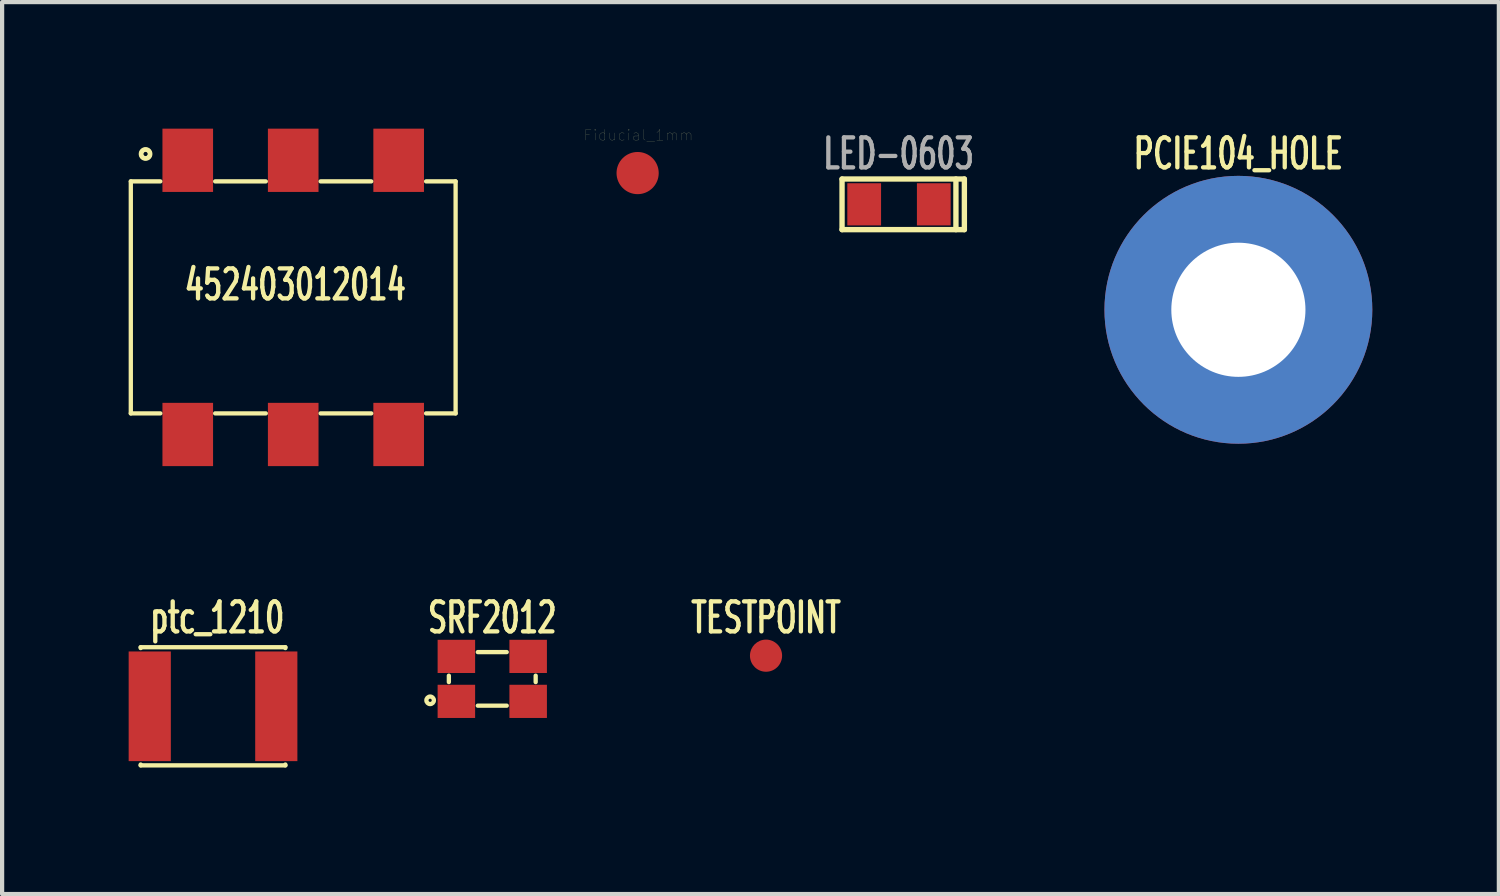
<source format=kicad_pcb>
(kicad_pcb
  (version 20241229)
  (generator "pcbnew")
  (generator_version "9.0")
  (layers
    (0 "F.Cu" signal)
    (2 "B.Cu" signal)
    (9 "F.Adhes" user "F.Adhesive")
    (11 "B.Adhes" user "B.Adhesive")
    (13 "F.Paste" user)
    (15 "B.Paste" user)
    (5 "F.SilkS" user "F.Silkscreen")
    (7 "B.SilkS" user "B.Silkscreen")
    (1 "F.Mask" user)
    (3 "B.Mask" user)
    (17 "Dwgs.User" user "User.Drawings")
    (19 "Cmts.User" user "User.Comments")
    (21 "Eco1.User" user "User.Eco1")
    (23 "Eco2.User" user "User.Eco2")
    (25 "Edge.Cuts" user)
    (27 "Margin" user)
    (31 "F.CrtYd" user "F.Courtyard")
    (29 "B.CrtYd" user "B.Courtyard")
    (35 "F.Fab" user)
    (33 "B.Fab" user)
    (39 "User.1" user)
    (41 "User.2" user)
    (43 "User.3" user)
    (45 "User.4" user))
  (footprint "Fiducial_1mm"
    (layer "F.Cu")
    (at 12.066 1.053)
    (property "Reference" "Fiducial_1mm" (at 0.02 -0.9 0) (layer "F.SilkS") (effects (font (size 0.254 0.254) (thickness 0.003))))
    (attr through_hole)
    (pad "1" smd circle (at 0 0) (size 1 1) (layers "F.Cu" "F.Mask")))
  (footprint "TESTPOINT"
    (layer "F.Cu")
    (at 15.11 12.494)
    (property "Reference" "TESTPOINT" (at 0 -0.9 0) (layer "F.SilkS") (effects (font (size 0.711 0.457) (thickness 0.102))))
    (attr through_hole)
    (pad "1" smd circle (at 0 0) (size 0.762 0.762) (layers "F.Cu" "F.Mask" "F.Paste")))
  (footprint "ptc_1210"
    (layer "F.Cu")
    (at 2 13.694)
    (property "Reference" "ptc_1210" (at 0.1 -2.1 0) (layer "F.SilkS") (effects (font (size 0.711 0.457) (thickness 0.102))))
    (attr through_hole)
    (fp_line (start -1.715 -1.38) (end -1.715 -1.4) (stroke (width 0.102) (type solid)) (layer "F.SilkS"))
    (fp_line (start -1.715 1.4) (end -1.715 1.38) (stroke (width 0.102) (type solid)) (layer "F.SilkS"))
    (fp_line (start -1.715 1.4) (end 1.715 1.4) (stroke (width 0.102) (type solid)) (layer "F.SilkS"))
    (fp_line (start 1.715 -1.4) (end -1.715 -1.4) (stroke (width 0.102) (type solid)) (layer "F.SilkS"))
    (fp_line (start 1.715 -1.38) (end 1.715 -1.4) (stroke (width 0.102) (type solid)) (layer "F.SilkS"))
    (fp_line (start 1.715 1.4) (end 1.715 1.38) (stroke (width 0.102) (type solid)) (layer "F.SilkS"))
    (pad "1" smd rect (at 1.5 0) (size 1 2.6) (layers "F.Cu" "F.Mask" "F.Paste"))
    (pad "2" smd rect (at -1.5 0) (size 1 2.6) (layers "F.Cu" "F.Mask" "F.Paste")))
  (footprint "LED-0603"
    (layer "F.Cu")
    (at 18.262 1.794)
    (property "Reference" "LED-0603" (at -0.01 -1.2 0) (layer "F.Fab") (effects (font (size 0.711 0.457) (thickness 0.102))))
    (attr smd)
    (fp_line (start -1.35 -0.6) (end 1.55 -0.6) (stroke (width 0.127) (type solid)) (layer "F.SilkS"))
    (fp_line (start -1.35 0.6) (end -1.35 -0.6) (stroke (width 0.127) (type solid)) (layer "F.SilkS"))
    (fp_line (start -1.35 0.6) (end 1.55 0.6) (stroke (width 0.127) (type solid)) (layer "F.SilkS"))
    (fp_line (start 1.35 -0.6) (end 1.35 0.6) (stroke (width 0.127) (type solid)) (layer "F.SilkS"))
    (fp_line (start 1.55 -0.6) (end 1.55 0.6) (stroke (width 0.127) (type solid)) (layer "F.SilkS"))
    (pad "1" smd rect (at -0.825 0) (size 0.8 1) (layers "F.Cu" "F.Mask" "F.Paste"))
    (pad "2" smd rect (at 0.825 0) (size 0.8 1) (layers "F.Cu" "F.Mask" "F.Paste")))
  (footprint "452403012014"
    (layer "F.Cu")
    (at 3.901 4)
    (property "Reference" "452403012014" (at 0.05 -0.3 0) (layer "F.SilkS") (effects (font (size 0.711 0.457) (thickness 0.102))))
    (attr through_hole)
    (fp_line (start -3.85 -2.75) (end -3.15 -2.75) (stroke (width 0.102) (type solid)) (layer "F.SilkS"))
    (fp_line (start -3.85 2.75) (end -3.85 -2.75) (stroke (width 0.102) (type solid)) (layer "F.SilkS"))
    (fp_line (start -3.15 2.75) (end -3.85 2.75) (stroke (width 0.102) (type solid)) (layer "F.SilkS"))
    (fp_line (start -1.85 -2.75) (end -0.65 -2.75) (stroke (width 0.102) (type solid)) (layer "F.SilkS"))
    (fp_line (start -0.65 2.75) (end -1.85 2.75) (stroke (width 0.102) (type solid)) (layer "F.SilkS"))
    (fp_line (start 0.65 -2.75) (end 1.85 -2.75) (stroke (width 0.102) (type solid)) (layer "F.SilkS"))
    (fp_line (start 1.85 2.75) (end 0.65 2.75) (stroke (width 0.102) (type solid)) (layer "F.SilkS"))
    (fp_line (start 3.15 -2.75) (end 3.85 -2.75) (stroke (width 0.102) (type solid)) (layer "F.SilkS"))
    (fp_line (start 3.85 -2.75) (end 3.85 2.75) (stroke (width 0.102) (type solid)) (layer "F.SilkS"))
    (fp_line (start 3.85 2.75) (end 3.15 2.75) (stroke (width 0.102) (type solid)) (layer "F.SilkS"))
    (fp_circle (center -3.5 -3.4) (end -3.45 -3.4) (stroke (width 0.102) (type solid)) (fill no) (layer "F.SilkS"))
    (fp_circle (center -3.5 -3.4) (end -3.4 -3.45) (stroke (width 0.102) (type solid)) (fill no) (layer "F.SilkS"))
    (pad "1" smd rect (at -2.5 -3.25) (size 1.2 1.5) (layers "F.Cu" "F.Mask" "F.Paste"))
    (pad "2" smd rect (at 0 -3.25) (size 1.2 1.5) (layers "F.Cu" "F.Mask" "F.Paste"))
    (pad "3" smd rect (at 2.5 -3.25) (size 1.2 1.5) (layers "F.Cu" "F.Mask" "F.Paste"))
    (pad "4" smd rect (at -2.5 3.25) (size 1.2 1.5) (layers "F.Cu" "F.Mask" "F.Paste"))
    (pad "5" smd rect (at 0 3.25) (size 1.2 1.5) (layers "F.Cu" "F.Mask" "F.Paste"))
    (pad "6" smd rect (at 2.5 3.25) (size 1.2 1.5) (layers "F.Cu" "F.Mask" "F.Paste")))
  (footprint "PCIE104_HOLE"
    (layer "F.Cu")
    (at 26.308 4.294)
    (property "Reference" "PCIE104_HOLE" (at 0 -3.7 0) (layer "F.SilkS") (effects (font (size 0.711 0.457) (thickness 0.102))))
    (attr through_hole)
    (pad "1" thru_hole circle (at 0 0) (size 6.35 6.35) (drill 3.18) (layers "*.Cu" "*.Mask")))
  (footprint "SRF2012"
    (layer "F.Cu")
    (at 8.62 13.044)
    (property "Reference" "SRF2012" (at 0 -1.45 0) (layer "F.SilkS") (effects (font (size 0.711 0.457) (thickness 0.102))))
    (attr through_hole)
    (fp_line (start -1.029 -0.076) (end -1.029 0.076) (stroke (width 0.102) (type solid)) (layer "F.SilkS"))
    (fp_line (start -0.343 -0.635) (end 0.343 -0.635) (stroke (width 0.102) (type solid)) (layer "F.SilkS"))
    (fp_line (start -0.343 0.635) (end 0.343 0.635) (stroke (width 0.102) (type solid)) (layer "F.SilkS"))
    (fp_line (start 1.029 -0.076) (end 1.029 0.076) (stroke (width 0.102) (type solid)) (layer "F.SilkS"))
    (fp_circle (center -1.473 0.508) (end -1.473 0.47) (stroke (width 0.102) (type solid)) (fill no) (layer "F.SilkS"))
    (pad "1" smd rect (at -0.851 0.533) (size 0.889 0.787) (layers "F.Cu" "F.Mask" "F.Paste"))
    (pad "2" smd rect (at 0.851 0.533) (size 0.889 0.787) (layers "F.Cu" "F.Mask" "F.Paste"))
    (pad "3" smd rect (at 0.851 -0.533) (size 0.889 0.787) (layers "F.Cu" "F.Mask" "F.Paste"))
    (pad "4" smd rect (at -0.851 -0.533) (size 0.889 0.787) (layers "F.Cu" "F.Mask" "F.Paste")))
  (gr_rect
    (start -3 -3)
    (end 32.483 18.145)
    (stroke (width 0.1) (type default))
    (fill no)
    (layer "Edge.Cuts")))
</source>
